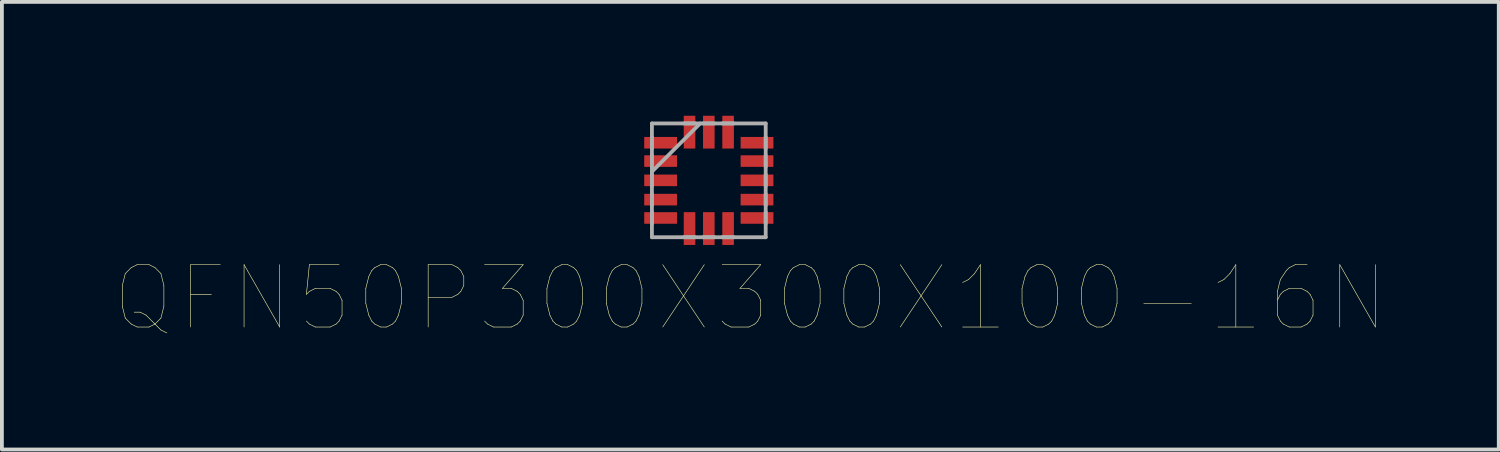
<source format=kicad_pcb>
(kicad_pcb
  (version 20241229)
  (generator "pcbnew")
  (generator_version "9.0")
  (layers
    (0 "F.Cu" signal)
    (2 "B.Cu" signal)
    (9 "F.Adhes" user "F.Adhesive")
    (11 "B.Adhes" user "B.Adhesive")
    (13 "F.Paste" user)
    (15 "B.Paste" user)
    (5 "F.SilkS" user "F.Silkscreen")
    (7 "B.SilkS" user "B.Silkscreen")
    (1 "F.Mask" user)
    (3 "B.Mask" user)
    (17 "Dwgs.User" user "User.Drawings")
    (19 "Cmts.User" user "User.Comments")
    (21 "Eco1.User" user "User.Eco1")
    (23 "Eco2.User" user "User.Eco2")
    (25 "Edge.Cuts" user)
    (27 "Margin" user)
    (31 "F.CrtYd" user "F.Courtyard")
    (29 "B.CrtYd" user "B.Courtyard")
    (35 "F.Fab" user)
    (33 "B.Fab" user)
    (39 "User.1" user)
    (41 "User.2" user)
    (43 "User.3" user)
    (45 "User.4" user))
  (footprint "QFN50P300X300X100-16N"
    (layer "F.Cu")
    (at 15.626 1.702)
    (property "Reference" "QFN50P300X300X100-16N" (at 1.094 3.105 0) (layer "F.SilkS") (effects (font (size 1.643 1.643) (thickness 0.015))))
    (attr through_hole)
    (fp_line (start -1.499 -1.499) (end -1.499 1.499) (stroke (width 0.1) (type solid)) (layer "F.Fab"))
    (fp_line (start -1.499 -1.143) (end -1.499 -0.838) (stroke (width 0.1) (type solid)) (layer "F.Fab"))
    (fp_line (start -1.499 -0.66) (end -1.499 -0.356) (stroke (width 0.1) (type solid)) (layer "F.Fab"))
    (fp_line (start -1.499 -0.229) (end -0.229 -1.499) (stroke (width 0.1) (type solid)) (layer "F.Fab"))
    (fp_line (start -1.499 -0.152) (end -1.499 0.152) (stroke (width 0.1) (type solid)) (layer "F.Fab"))
    (fp_line (start -1.499 0.356) (end -1.499 0.66) (stroke (width 0.1) (type solid)) (layer "F.Fab"))
    (fp_line (start -1.499 0.838) (end -1.499 1.143) (stroke (width 0.1) (type solid)) (layer "F.Fab"))
    (fp_line (start -1.499 1.499) (end 1.499 1.499) (stroke (width 0.1) (type solid)) (layer "F.Fab"))
    (fp_line (start -0.66 1.499) (end -0.356 1.499) (stroke (width 0.1) (type solid)) (layer "F.Fab"))
    (fp_line (start -0.356 -1.499) (end -0.66 -1.499) (stroke (width 0.1) (type solid)) (layer "F.Fab"))
    (fp_line (start -0.152 1.499) (end 0.152 1.499) (stroke (width 0.1) (type solid)) (layer "F.Fab"))
    (fp_line (start 0.152 -1.499) (end -0.152 -1.499) (stroke (width 0.1) (type solid)) (layer "F.Fab"))
    (fp_line (start 0.356 1.499) (end 0.66 1.499) (stroke (width 0.1) (type solid)) (layer "F.Fab"))
    (fp_line (start 0.66 -1.499) (end 0.356 -1.499) (stroke (width 0.1) (type solid)) (layer "F.Fab"))
    (fp_line (start 1.499 -1.499) (end -1.499 -1.499) (stroke (width 0.1) (type solid)) (layer "F.Fab"))
    (fp_line (start 1.499 -0.838) (end 1.499 -1.143) (stroke (width 0.1) (type solid)) (layer "F.Fab"))
    (fp_line (start 1.499 -0.356) (end 1.499 -0.66) (stroke (width 0.1) (type solid)) (layer "F.Fab"))
    (fp_line (start 1.499 0.152) (end 1.499 -0.152) (stroke (width 0.1) (type solid)) (layer "F.Fab"))
    (fp_line (start 1.499 0.66) (end 1.499 0.356) (stroke (width 0.1) (type solid)) (layer "F.Fab"))
    (fp_line (start 1.499 1.143) (end 1.499 0.838) (stroke (width 0.1) (type solid)) (layer "F.Fab"))
    (fp_line (start 1.499 1.499) (end 1.499 -1.499) (stroke (width 0.1) (type solid)) (layer "F.Fab"))
    (pad "1" smd rect (at -1.27 -0.991) (size 0.864 0.305) (layers "F.Cu" "F.Mask" "F.Paste"))
    (pad "2" smd rect (at -1.27 -0.508) (size 0.864 0.305) (layers "F.Cu" "F.Mask" "F.Paste"))
    (pad "3" smd rect (at -1.27 0) (size 0.864 0.305) (layers "F.Cu" "F.Mask" "F.Paste"))
    (pad "4" smd rect (at -1.27 0.508) (size 0.864 0.305) (layers "F.Cu" "F.Mask" "F.Paste"))
    (pad "5" smd rect (at -1.27 0.991) (size 0.864 0.305) (layers "F.Cu" "F.Mask" "F.Paste"))
    (pad "6" smd rect (at -0.508 1.27) (size 0.305 0.864) (layers "F.Cu" "F.Mask" "F.Paste"))
    (pad "7" smd rect (at 0 1.27) (size 0.305 0.864) (layers "F.Cu" "F.Mask" "F.Paste"))
    (pad "8" smd rect (at 0.508 1.27) (size 0.305 0.864) (layers "F.Cu" "F.Mask" "F.Paste"))
    (pad "9" smd rect (at 1.27 0.991) (size 0.864 0.305) (layers "F.Cu" "F.Mask" "F.Paste"))
    (pad "10" smd rect (at 1.27 0.508) (size 0.864 0.305) (layers "F.Cu" "F.Mask" "F.Paste"))
    (pad "11" smd rect (at 1.27 0) (size 0.864 0.305) (layers "F.Cu" "F.Mask" "F.Paste"))
    (pad "12" smd rect (at 1.27 -0.508) (size 0.864 0.305) (layers "F.Cu" "F.Mask" "F.Paste"))
    (pad "13" smd rect (at 1.27 -0.991) (size 0.864 0.305) (layers "F.Cu" "F.Mask" "F.Paste"))
    (pad "14" smd rect (at 0.508 -1.27) (size 0.305 0.864) (layers "F.Cu" "F.Mask" "F.Paste"))
    (pad "15" smd rect (at 0 -1.27) (size 0.305 0.864) (layers "F.Cu" "F.Mask" "F.Paste"))
    (pad "16" smd rect (at -0.508 -1.27) (size 0.305 0.864) (layers "F.Cu" "F.Mask" "F.Paste")))
  (gr_rect
    (start -3 -3)
    (end 36.44 8.794)
    (stroke (width 0.1) (type default))
    (fill no)
    (layer "Edge.Cuts")))
</source>
